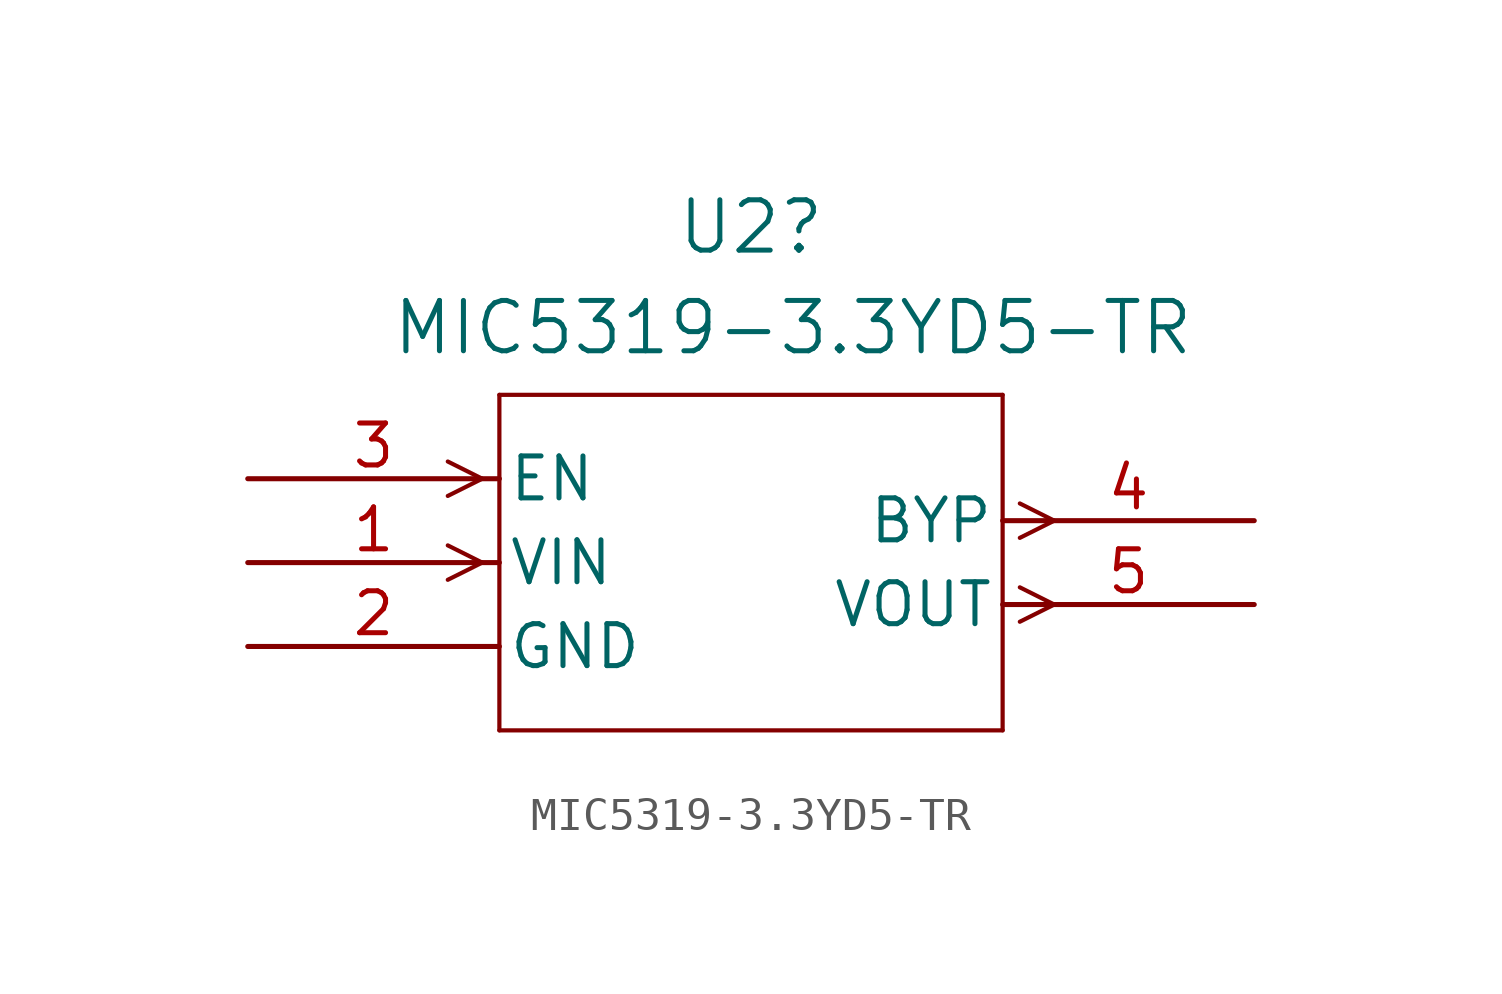
<source format=kicad_sym>
(kicad_symbol_lib
  (version 20231120)
  (generator "kicad_symbol_editor")
  (generator_version "8.0")
  (symbol "MIC5319-3.3YD5-TR"
    (pin_names
      (offset 0.254))
    (property "Reference" "U2"
      (at 15.24 7.62 0)
      (effects (font (size 1.524 1.524))))
    (property "Value" "MIC5319-3.3YD5-TR"
      (at 16.51 4.572 0)
      (effects (font (size 1.524 1.524))))
    (property "ki_locked" ""
      (at 0 0 0)
      (effects (font (size 1.27 1.27))))
    (symbol "MIC5319-3.3YD5-TR_0_1"
      (polyline (pts (xy 7.099 -2.54) (xy 6.058 -3.061)) (stroke (width 0.127) (type default)) (fill (type none)))
      (polyline (pts (xy 7.099 -2.54) (xy 6.058 -2.019)) (stroke (width 0.127) (type default)) (fill (type none)))
      (polyline (pts (xy 7.099 0) (xy 6.058 -0.521)) (stroke (width 0.127) (type default)) (fill (type none)))
      (polyline (pts (xy 7.099 0) (xy 6.058 0.521)) (stroke (width 0.127) (type default)) (fill (type none)))
      (polyline (pts (xy 7.62 -7.62) (xy 22.86 -7.62)) (stroke (width 0.127) (type default)) (fill (type none)))
      (polyline (pts (xy 7.62 2.54) (xy 7.62 -7.62)) (stroke (width 0.127) (type default)) (fill (type none)))
      (polyline (pts (xy 22.86 -7.62) (xy 22.86 2.54)) (stroke (width 0.127) (type default)) (fill (type none)))
      (polyline (pts (xy 22.86 2.54) (xy 7.62 2.54)) (stroke (width 0.127) (type default)) (fill (type none)))
      (polyline (pts (xy 23.381 -4.331) (xy 24.422 -3.81)) (stroke (width 0.127) (type default)) (fill (type none)))
      (polyline (pts (xy 23.381 -3.289) (xy 24.422 -3.81)) (stroke (width 0.127) (type default)) (fill (type none)))
      (polyline (pts (xy 23.381 -1.791) (xy 24.422 -1.27)) (stroke (width 0.127) (type default)) (fill (type none)))
      (polyline (pts (xy 23.381 -0.749) (xy 24.422 -1.27)) (stroke (width 0.127) (type default)) (fill (type none)))
      (pin input line (at 0 -2.54 0) (length 7.62) (name "VIN" (effects (font (size 1.27 1.27)))) (number "1" (effects (font (size 1.27 1.27)))))
      (pin power_in line (at 0 -5.08 0) (length 7.62) (name "GND" (effects (font (size 1.27 1.27)))) (number "2" (effects (font (size 1.27 1.27)))))
      (pin input line (at 0 0 0) (length 7.62) (name "EN" (effects (font (size 1.27 1.27)))) (number "3" (effects (font (size 1.27 1.27)))))
      (pin output line (at 30.48 -1.27 180) (length 7.62) (name "BYP" (effects (font (size 1.27 1.27)))) (number "4" (effects (font (size 1.27 1.27)))))
      (pin output line (at 30.48 -3.81 180) (length 7.62) (name "VOUT" (effects (font (size 1.27 1.27)))) (number "5" (effects (font (size 1.27 1.27))))))))
</source>
